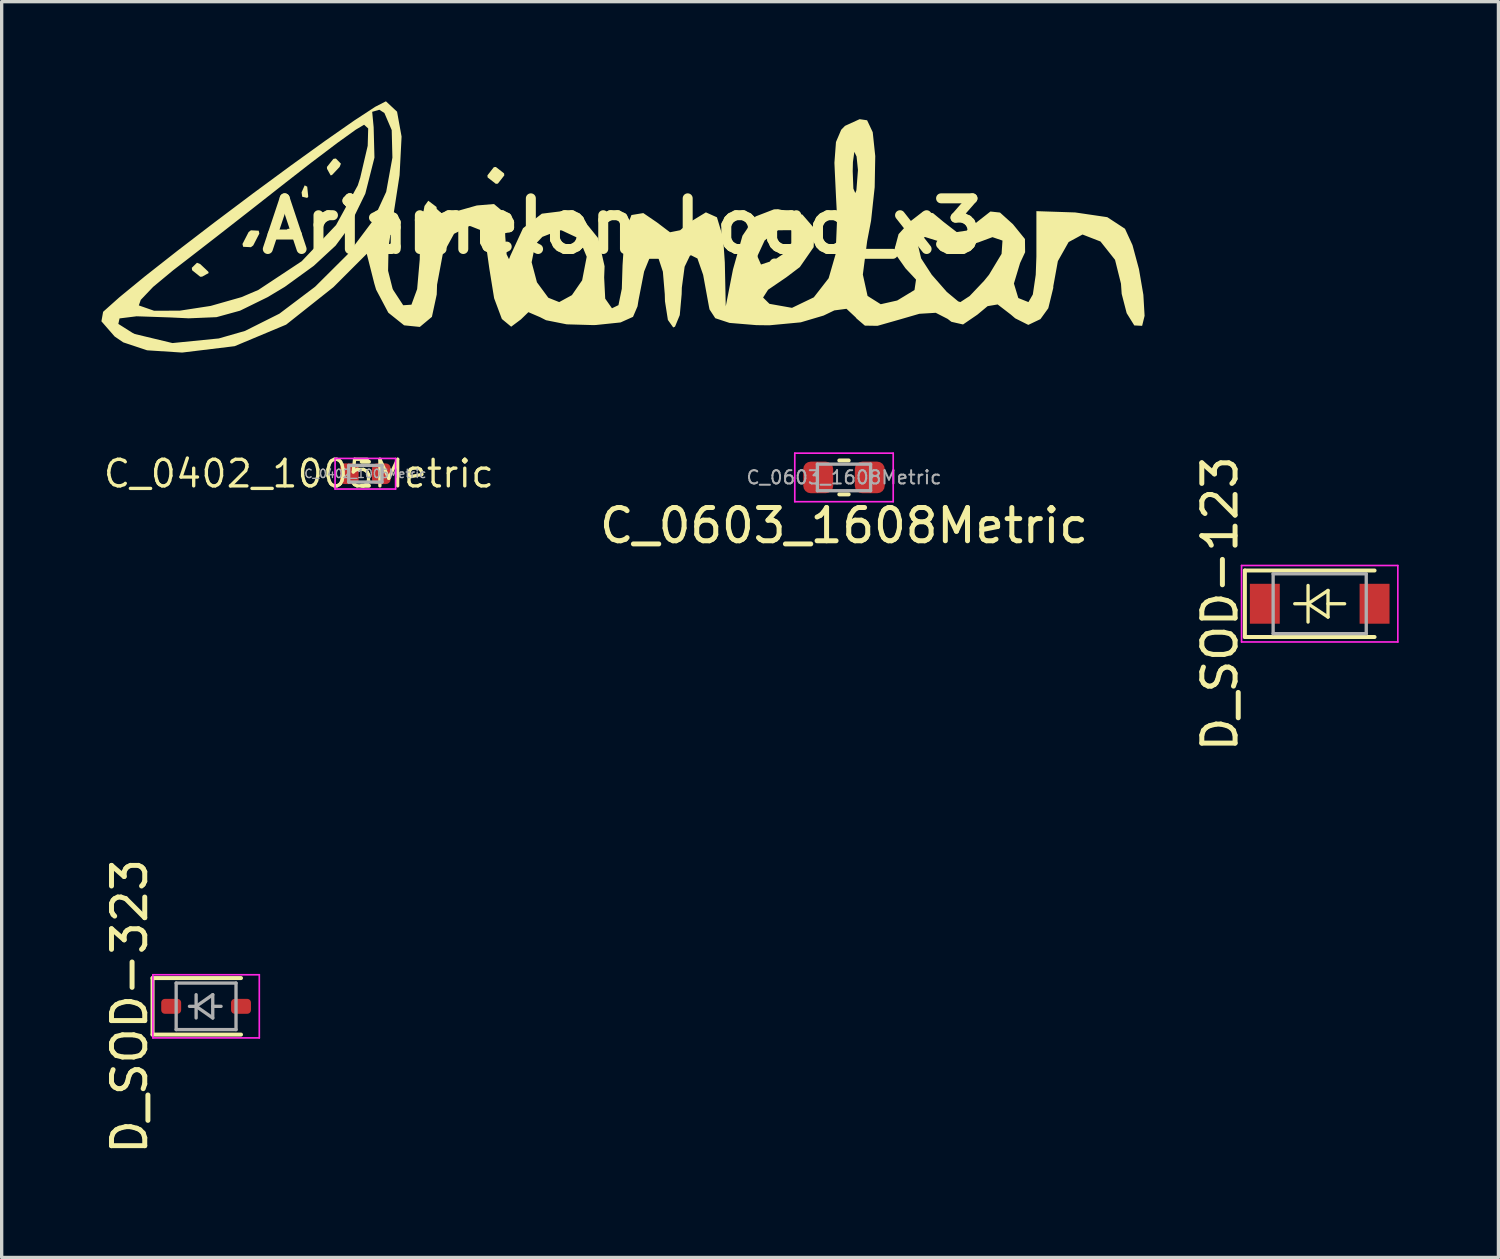
<source format=kicad_pcb>
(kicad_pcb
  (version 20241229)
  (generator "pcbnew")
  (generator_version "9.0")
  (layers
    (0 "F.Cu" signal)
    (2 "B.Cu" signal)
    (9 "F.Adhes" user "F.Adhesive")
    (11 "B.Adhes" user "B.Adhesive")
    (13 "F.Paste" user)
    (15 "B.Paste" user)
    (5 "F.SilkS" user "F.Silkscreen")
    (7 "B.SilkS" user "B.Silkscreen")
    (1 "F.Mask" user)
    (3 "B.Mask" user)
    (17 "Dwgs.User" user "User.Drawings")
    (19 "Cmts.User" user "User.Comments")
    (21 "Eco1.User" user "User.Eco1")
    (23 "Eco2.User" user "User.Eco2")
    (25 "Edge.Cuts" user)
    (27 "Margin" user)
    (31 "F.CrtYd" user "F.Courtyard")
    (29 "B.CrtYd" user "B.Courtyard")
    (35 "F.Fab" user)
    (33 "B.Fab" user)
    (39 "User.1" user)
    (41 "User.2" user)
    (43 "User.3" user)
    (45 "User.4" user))
  (footprint "C_0402_1005Metric"
    (layer "F.Cu")
    (at 7.937 11.197)
    (property "Reference" "C_0402_1005Metric" (at -2 0 0) (unlocked yes) (layer "F.SilkS") (effects (font (size 0.8 0.8) (thickness 0.1))))
    (attr smd)
    (fp_line (start -0.108 -0.36) (end 0.108 -0.36) (stroke (width 0.12) (type solid)) (layer "F.SilkS"))
    (fp_line (start -0.108 0.36) (end 0.108 0.36) (stroke (width 0.12) (type solid)) (layer "F.SilkS"))
    (fp_line (start -0.91 -0.46) (end 0.91 -0.46) (stroke (width 0.05) (type solid)) (layer "F.CrtYd"))
    (fp_line (start -0.91 0.46) (end -0.91 -0.46) (stroke (width 0.05) (type solid)) (layer "F.CrtYd"))
    (fp_line (start 0.91 -0.46) (end 0.91 0.46) (stroke (width 0.05) (type solid)) (layer "F.CrtYd"))
    (fp_line (start 0.91 0.46) (end -0.91 0.46) (stroke (width 0.05) (type solid)) (layer "F.CrtYd"))
    (fp_line (start -0.5 -0.25) (end 0.5 -0.25) (stroke (width 0.1) (type solid)) (layer "F.Fab"))
    (fp_line (start -0.5 0.25) (end -0.5 -0.25) (stroke (width 0.1) (type solid)) (layer "F.Fab"))
    (fp_line (start 0.5 -0.25) (end 0.5 0.25) (stroke (width 0.1) (type solid)) (layer "F.Fab"))
    (fp_line (start 0.5 0.25) (end -0.5 0.25) (stroke (width 0.1) (type solid)) (layer "F.Fab"))
    (fp_text user "${REFERENCE}" (at 0 0 0) (layer "F.Fab") (effects (font (size 0.25 0.25) (thickness 0.04))))
    (pad "1" smd roundrect (at -0.48 0) (size 0.56 0.62) (layers "F.Cu" "F.Mask" "F.Paste") (roundrect_rratio 0.25))
    (pad "2" smd roundrect (at 0.48 0) (size 0.56 0.62) (layers "F.Cu" "F.Mask" "F.Paste") (roundrect_rratio 0.25)))
  (footprint "D_SOD-123"
    (layer "F.Cu")
    (at 36.638 15.107)
    (property "Reference" "D_SOD-123" (at -3 0 90) (unlocked yes) (layer "F.SilkS") (effects (font (size 1 1) (thickness 0.15))))
    (attr smd)
    (fp_line (start -2.25 -1) (end -2.25 1) (stroke (width 0.12) (type solid)) (layer "F.SilkS"))
    (fp_line (start -2.25 -1) (end 1.65 -1) (stroke (width 0.12) (type solid)) (layer "F.SilkS"))
    (fp_line (start -2.25 1) (end 1.65 1) (stroke (width 0.12) (type solid)) (layer "F.SilkS"))
    (fp_line (start -0.75 0) (end -0.35 0) (stroke (width 0.1) (type solid)) (layer "F.SilkS"))
    (fp_line (start -0.35 0) (end 0.25 -0.4) (stroke (width 0.1) (type solid)) (layer "F.SilkS"))
    (fp_line (start -0.35 0.55) (end -0.35 -0.55) (stroke (width 0.1) (type solid)) (layer "F.SilkS"))
    (fp_line (start 0.25 -0.4) (end 0.25 0.4) (stroke (width 0.1) (type solid)) (layer "F.SilkS"))
    (fp_line (start 0.25 0) (end 0.75 0) (stroke (width 0.1) (type solid)) (layer "F.SilkS"))
    (fp_line (start 0.25 0.4) (end -0.35 0) (stroke (width 0.1) (type solid)) (layer "F.SilkS"))
    (fp_line (start -2.35 -1.15) (end -2.35 1.15) (stroke (width 0.05) (type solid)) (layer "F.CrtYd"))
    (fp_line (start -2.35 -1.15) (end 2.35 -1.15) (stroke (width 0.05) (type solid)) (layer "F.CrtYd"))
    (fp_line (start 2.35 -1.15) (end 2.35 1.15) (stroke (width 0.05) (type solid)) (layer "F.CrtYd"))
    (fp_line (start 2.35 1.15) (end -2.35 1.15) (stroke (width 0.05) (type solid)) (layer "F.CrtYd"))
    (fp_line (start -1.4 -0.9) (end 1.4 -0.9) (stroke (width 0.1) (type solid)) (layer "F.Fab"))
    (fp_line (start -1.4 0.9) (end -1.4 -0.9) (stroke (width 0.1) (type solid)) (layer "F.Fab"))
    (fp_line (start 1.4 -0.9) (end 1.4 0.9) (stroke (width 0.1) (type solid)) (layer "F.Fab"))
    (fp_line (start 1.4 0.9) (end -1.4 0.9) (stroke (width 0.1) (type solid)) (layer "F.Fab"))
    (pad "1" smd rect (at -1.65 0) (size 0.9 1.2) (layers "F.Cu" "F.Mask" "F.Paste"))
    (pad "2" smd rect (at 1.65 0) (size 0.9 1.2) (layers "F.Cu" "F.Mask" "F.Paste")))
  (footprint "D_SOD-323"
    (layer "F.Cu")
    (at 3.148 27.214)
    (property "Reference" "D_SOD-323" (at -2.3 0 90) (unlocked yes) (layer "F.SilkS") (effects (font (size 1 1) (thickness 0.15))))
    (attr smd)
    (fp_line (start -1.61 -0.85) (end -1.61 0.85) (stroke (width 0.12) (type solid)) (layer "F.SilkS"))
    (fp_line (start -1.61 -0.85) (end 1.05 -0.85) (stroke (width 0.12) (type solid)) (layer "F.SilkS"))
    (fp_line (start -1.61 0.85) (end 1.05 0.85) (stroke (width 0.12) (type solid)) (layer "F.SilkS"))
    (fp_line (start -1.6 -0.95) (end -1.6 0.95) (stroke (width 0.05) (type solid)) (layer "F.CrtYd"))
    (fp_line (start -1.6 -0.95) (end 1.6 -0.95) (stroke (width 0.05) (type solid)) (layer "F.CrtYd"))
    (fp_line (start -1.6 0.95) (end 1.6 0.95) (stroke (width 0.05) (type solid)) (layer "F.CrtYd"))
    (fp_line (start 1.6 -0.95) (end 1.6 0.95) (stroke (width 0.05) (type solid)) (layer "F.CrtYd"))
    (fp_line (start -0.9 -0.7) (end 0.9 -0.7) (stroke (width 0.1) (type solid)) (layer "F.Fab"))
    (fp_line (start -0.9 0.7) (end -0.9 -0.7) (stroke (width 0.1) (type solid)) (layer "F.Fab"))
    (fp_line (start -0.3 -0.35) (end -0.3 0.35) (stroke (width 0.1) (type solid)) (layer "F.Fab"))
    (fp_line (start -0.3 0) (end -0.5 0) (stroke (width 0.1) (type solid)) (layer "F.Fab"))
    (fp_line (start -0.3 0) (end 0.2 -0.35) (stroke (width 0.1) (type solid)) (layer "F.Fab"))
    (fp_line (start 0.2 -0.35) (end 0.2 0.35) (stroke (width 0.1) (type solid)) (layer "F.Fab"))
    (fp_line (start 0.2 0) (end 0.45 0) (stroke (width 0.1) (type solid)) (layer "F.Fab"))
    (fp_line (start 0.2 0.35) (end -0.3 0) (stroke (width 0.1) (type solid)) (layer "F.Fab"))
    (fp_line (start 0.9 -0.7) (end 0.9 0.7) (stroke (width 0.1) (type solid)) (layer "F.Fab"))
    (fp_line (start 0.9 0.7) (end -0.9 0.7) (stroke (width 0.1) (type solid)) (layer "F.Fab"))
    (pad "1" smd roundrect (at -1.05 0) (size 0.6 0.45) (layers "F.Cu" "F.Mask" "F.Paste") (roundrect_rratio 0.25))
    (pad "2" smd roundrect (at 1.05 0) (size 0.6 0.45) (layers "F.Cu" "F.Mask" "F.Paste") (roundrect_rratio 0.25)))
  (footprint "Ariamelon_Logo_x3"
    (layer "F.Cu")
    (at 15.672 3.749)
    (property "Reference" "Ariamelon_Logo_x3" (at 0 0 0) (layer "F.SilkS") (effects (font (size 1.524 1.524) (thickness 0.3))))
    (attr board_only exclude_from_pos_files exclude_from_bom)
    (fp_poly (pts (xy -9.737 0.085) (xy -9.772 0.236) (xy -9.906 0.254) (xy -10.115 0.161) (xy -10.075 0.085) (xy -9.774 0.054)) (stroke (width 0) (type solid)) (fill yes) (layer "F.SilkS"))
    (fp_poly (pts (xy -9.483 -1.185) (xy -9.452 -0.884) (xy -9.483 -0.847) (xy -9.634 -0.882) (xy -9.652 -1.016) (xy -9.559 -1.225)) (stroke (width 0) (type solid)) (fill yes) (layer "F.SilkS"))
    (fp_poly (pts (xy -12.7 1.143) (xy -12.458 1.371) (xy -12.446 1.412) (xy -12.643 1.521) (xy -12.7 1.524) (xy -12.944 1.329) (xy -12.954 1.255) (xy -12.798 1.103)) (stroke (width 0) (type solid)) (fill yes) (layer "F.SilkS"))
    (fp_poly (pts (xy -10.942 0.139) (xy -10.922 0.224) (xy -11.107 0.583) (xy -11.176 0.635) (xy -11.41 0.623) (xy -11.43 0.538) (xy -11.245 0.179) (xy -11.176 0.127)) (stroke (width 0) (type solid)) (fill yes) (layer "F.SilkS"))
    (fp_poly (pts (xy -8.469 -1.876) (xy -8.509 -1.778) (xy -8.737 -1.536) (xy -8.778 -1.524) (xy -8.887 -1.721) (xy -8.89 -1.778) (xy -8.695 -2.022) (xy -8.621 -2.032)) (stroke (width 0) (type solid)) (fill yes) (layer "F.SilkS"))
    (fp_poly (pts (xy -3.563 -1.585) (xy -3.556 -1.524) (xy -3.749 -1.277) (xy -3.81 -1.27) (xy -4.057 -1.463) (xy -4.064 -1.524) (xy -3.871 -1.771) (xy -3.81 -1.778)) (stroke (width 0) (type solid)) (fill yes) (layer "F.SilkS"))
    (fp_poly (pts (xy -7.112 -3.749) (xy -6.781 -3.44) (xy -6.645 -2.691) (xy -6.705 -1.531) (xy -6.873 -0.444) (xy -7.037 0.619) (xy -7.051 1.344) (xy -6.916 1.879) (xy -6.898 1.919) (xy -6.596 2.381) (xy -6.349 2.364) (xy -6.177 1.895) (xy -6.099 1.002) (xy -6.096 0.747) (xy -6.057 -0.059) (xy -5.956 -0.604) (xy -5.842 -0.762) (xy -5.595 -0.575) (xy -5.588 -0.516) (xy -5.402 -0.349) (xy -5.271 -0.368) (xy -4.381 -0.62) (xy -3.866 -0.663) (xy -3.62 -0.457) (xy -3.537 0.039) (xy -3.527 0.313) (xy -3.486 0.85) (xy -3.415 0.995) (xy -3.373 0.889) (xy -2.993 0.065) (xy -2.427 -0.373) (xy -1.787 -0.452) (xy -1.185 -0.197) (xy -0.731 0.365) (xy -0.54 1.208) (xy -0.553 1.546) (xy -0.521 2.182) (xy -0.318 2.472) (xy -0.123 2.378) (xy -0.022 1.885) (xy 0 1.179) (xy 0.065 0.186) (xy 0.268 -0.332) (xy 0.624 -0.391) (xy 1.032 -0.113) (xy 1.427 0.186) (xy 1.732 0.125) (xy 2.016 -0.113) (xy 2.507 -0.413) (xy 2.839 -0.264) (xy 3.025 0.352) (xy 3.076 1.094) (xy 3.104 2.413) (xy 3.321 1.306) (xy 3.427 0.929) (xy 4.064 0.929) (xy 4.164 1.156) (xy 4.539 1.033) (xy 4.558 1.024) (xy 5.021 0.709) (xy 5.197 0.524) (xy 5.162 0.201) (xy 5.073 0.123) (xy 4.676 0.126) (xy 4.274 0.432) (xy 4.066 0.88) (xy 4.064 0.929) (xy 3.427 0.929) (xy 3.606 0.291) (xy 3.999 -0.289) (xy 4.554 -0.503) (xy 4.679 -0.508) (xy 5.409 -0.345) (xy 5.77 0.072) (xy 5.748 0.634) (xy 5.332 1.233) (xy 4.925 1.541) (xy 4.378 1.914) (xy 4.227 2.149) (xy 4.415 2.335) (xy 4.422 2.339) (xy 5.096 2.459) (xy 5.752 2.143) (xy 6.198 1.569) (xy 6.408 0.842) (xy 6.453 -0.245) (xy 6.419 -0.896) (xy 6.383 -1.651) (xy 6.922 -1.651) (xy 6.942 -1.128) (xy 7 -0.993) (xy 7.033 -1.077) (xy 7.08 -1.687) (xy 7.038 -2.093) (xy 6.971 -2.233) (xy 6.929 -1.928) (xy 6.922 -1.651) (xy 6.383 -1.651) (xy 6.372 -1.903) (xy 6.419 -2.529) (xy 6.576 -2.897) (xy 6.69 -3.014) (xy 7.13 -3.215) (xy 7.355 -3.182) (xy 7.524 -2.823) (xy 7.6 -2.105) (xy 7.583 -1.17) (xy 7.474 -0.16) (xy 7.356 0.455) (xy 7.227 1.458) (xy 7.369 2.101) (xy 7.765 2.35) (xy 8.26 2.238) (xy 8.78 1.923) (xy 8.826 1.61) (xy 8.509 1.27) (xy 8.16 0.775) (xy 8.23 0.51) (xy 8.869 0.51) (xy 8.98 0.972) (xy 9.299 1.463) (xy 9.751 1.979) (xy 10.095 2.265) (xy 10.16 2.286) (xy 10.439 2.103) (xy 10.872 1.647) (xy 11.021 1.463) (xy 11.399 0.836) (xy 11.426 0.436) (xy 11.125 0.333) (xy 10.695 0.493) (xy 10.071 0.648) (xy 9.625 0.493) (xy 9.091 0.327) (xy 8.869 0.51) (xy 8.23 0.51) (xy 8.301 0.243) (xy 8.636 -0.127) (xy 9.035 -0.436) (xy 9.337 -0.389) (xy 9.652 -0.127) (xy 10.049 0.18) (xy 10.35 0.136) (xy 10.677 -0.135) (xy 11.064 -0.438) (xy 11.352 -0.407) (xy 11.741 -0.056) (xy 12.102 0.389) (xy 12.107 0.786) (xy 11.956 1.11) (xy 11.77 1.728) (xy 11.902 2.164) (xy 12.207 2.286) (xy 12.339 2.057) (xy 12.426 1.466) (xy 12.446 0.918) (xy 12.446 -0.449) (xy 13.613 -0.41) (xy 14.578 -0.268) (xy 15.11 0.08) (xy 15.336 0.572) (xy 15.531 1.295) (xy 15.663 2.066) (xy 15.7 2.7) (xy 15.626 3) (xy 15.39 2.988) (xy 15.161 2.619) (xy 15.011 2.038) (xy 14.99 1.733) (xy 14.811 1.015) (xy 14.374 0.464) (xy 13.834 0.254) (xy 13.415 0.481) (xy 13.092 1.054) (xy 12.954 1.811) (xy 12.954 1.857) (xy 12.804 2.471) (xy 12.568 2.798) (xy 12.203 2.972) (xy 11.808 2.774) (xy 11.679 2.663) (xy 11.281 2.357) (xy 10.979 2.408) (xy 10.673 2.663) (xy 10.24 2.959) (xy 9.89 2.879) (xy 9.776 2.791) (xy 9.419 2.608) (xy 8.926 2.638) (xy 8.344 2.807) (xy 7.667 3) (xy 7.288 2.994) (xy 7.035 2.778) (xy 7.011 2.745) (xy 6.735 2.488) (xy 6.369 2.536) (xy 6.047 2.691) (xy 5.359 2.895) (xy 4.417 2.984) (xy 4.026 2.979) (xy 3.217 2.912) (xy 2.789 2.771) (xy 2.616 2.507) (xy 2.597 2.412) (xy 2.424 1.467) (xy 2.252 0.974) (xy 2.058 0.877) (xy 2.025 0.894) (xy 1.867 1.223) (xy 1.783 1.853) (xy 1.778 2.047) (xy 1.721 2.678) (xy 1.578 3.025) (xy 1.524 3.048) (xy 1.364 2.823) (xy 1.276 2.261) (xy 1.27 2.047) (xy 1.213 1.372) (xy 1.071 0.941) (xy 1.023 0.894) (xy 0.824 0.935) (xy 0.649 1.366) (xy 0.478 2.242) (xy 0.451 2.413) (xy 0.315 2.73) (xy -0.059 2.898) (xy -0.8 2.975) (xy -0.874 2.978) (xy -1.678 2.955) (xy -2.301 2.831) (xy -2.477 2.741) (xy -2.831 2.589) (xy -3.057 2.808) (xy -3.349 3.026) (xy -3.629 2.794) (xy -3.862 2.17) (xy -4.005 1.285) (xy -4.033 1.087) (xy -2.734 1.087) (xy -2.574 1.691) (xy -2.232 2.155) (xy -1.905 2.286) (xy -1.523 2.077) (xy -1.215 1.631) (xy -1.078 0.922) (xy -1.304 0.376) (xy -1.83 0.13) (xy -1.905 0.127) (xy -2.411 0.324) (xy -2.626 0.552) (xy -2.734 1.087) (xy -4.033 1.087) (xy -4.115 0.504) (xy -4.286 0.115) (xy -4.574 0.001) (xy -4.611 0) (xy -5.068 0.233) (xy -5.409 0.858) (xy -5.578 1.761) (xy -5.588 2.057) (xy -5.733 2.73) (xy -6.096 3.033) (xy -6.569 2.985) (xy -7.044 2.605) (xy -7.411 1.912) (xy -7.466 1.726) (xy -7.692 0.834) (xy -8.694 1.836) (xy -10.116 2.964) (xy -11.665 3.612) (xy -13.243 3.804) (xy -14.298 3.736) (xy -15.016 3.497) (xy -15.275 3.32) (xy -15.604 2.942) (xy -15.163 2.942) (xy -14.733 3.214) (xy -14.668 3.246) (xy -13.535 3.518) (xy -12.142 3.379) (xy -11.354 3.153) (xy -10.319 2.634) (xy -9.247 1.825) (xy -8.268 0.851) (xy -7.507 -0.162) (xy -7.108 -1.03) (xy -6.921 -2.059) (xy -6.942 -2.887) (xy -7.162 -3.401) (xy -7.314 -3.498) (xy -7.529 -3.436) (xy -7.486 -2.983) (xy -7.485 -2.98) (xy -7.461 -2.059) (xy -7.735 -0.977) (xy -8.245 0.069) (xy -8.629 0.588) (xy -9.286 1.196) (xy -10.158 1.828) (xy -10.673 2.137) (xy -11.502 2.544) (xy -12.211 2.739) (xy -13.046 2.774) (xy -13.612 2.747) (xy -14.613 2.713) (xy -15.127 2.777) (xy -15.163 2.942) (xy -15.604 2.942) (xy -15.672 2.864) (xy -15.621 2.578) (xy -15.406 2.386) (xy -14.547 2.386) (xy -14.089 2.546) (xy -13.316 2.544) (xy -12.387 2.401) (xy -11.46 2.137) (xy -10.954 1.921) (xy -9.649 1.058) (xy -8.616 -0.03) (xy -7.962 -1.224) (xy -7.889 -1.454) (xy -7.664 -2.415) (xy -7.649 -2.935) (xy -7.772 -3.048) (xy -8.021 -2.9) (xy -8.579 -2.499) (xy -9.359 -1.909) (xy -10.121 -1.316) (xy -11.17 -0.492) (xy -12.214 0.323) (xy -13.103 1.012) (xy -13.51 1.325) (xy -14.118 1.83) (xy -14.489 2.22) (xy -14.547 2.386) (xy -15.406 2.386) (xy -15.126 2.136) (xy -14.355 1.504) (xy -13.38 0.738) (xy -12.276 -0.108) (xy -11.119 -0.978) (xy -9.981 -1.816) (xy -8.939 -2.567) (xy -8.065 -3.177) (xy -7.435 -3.589) (xy -7.123 -3.749)) (stroke (width 0) (type solid)) (fill yes) (layer "F.SilkS")))
  (footprint "C_0603_1608Metric"
    (layer "F.Cu")
    (at 22.332 11.308)
    (property "Reference" "C_0603_1608Metric" (at 0 1.45 0) (unlocked yes) (layer "F.SilkS") (effects (font (size 1 1) (thickness 0.15))))
    (attr smd)
    (fp_line (start -0.141 -0.51) (end 0.141 -0.51) (stroke (width 0.12) (type solid)) (layer "F.SilkS"))
    (fp_line (start -0.141 0.51) (end 0.141 0.51) (stroke (width 0.12) (type solid)) (layer "F.SilkS"))
    (fp_line (start -1.48 -0.73) (end 1.48 -0.73) (stroke (width 0.05) (type solid)) (layer "F.CrtYd"))
    (fp_line (start -1.48 0.73) (end -1.48 -0.73) (stroke (width 0.05) (type solid)) (layer "F.CrtYd"))
    (fp_line (start 1.48 -0.73) (end 1.48 0.73) (stroke (width 0.05) (type solid)) (layer "F.CrtYd"))
    (fp_line (start 1.48 0.73) (end -1.48 0.73) (stroke (width 0.05) (type solid)) (layer "F.CrtYd"))
    (fp_line (start -0.8 -0.4) (end 0.8 -0.4) (stroke (width 0.1) (type solid)) (layer "F.Fab"))
    (fp_line (start -0.8 0.4) (end -0.8 -0.4) (stroke (width 0.1) (type solid)) (layer "F.Fab"))
    (fp_line (start 0.8 -0.4) (end 0.8 0.4) (stroke (width 0.1) (type solid)) (layer "F.Fab"))
    (fp_line (start 0.8 0.4) (end -0.8 0.4) (stroke (width 0.1) (type solid)) (layer "F.Fab"))
    (fp_text user "${REFERENCE}" (at 0 0 0) (layer "F.Fab") (effects (font (size 0.4 0.4) (thickness 0.06))))
    (pad "1" smd roundrect (at -0.775 0) (size 0.9 0.95) (layers "F.Cu" "F.Mask" "F.Paste") (roundrect_rratio 0.25))
    (pad "2" smd roundrect (at 0.775 0) (size 0.9 0.95) (layers "F.Cu" "F.Mask" "F.Paste") (roundrect_rratio 0.25)))
  (gr_rect
    (start -3 -3)
    (end 42.013 34.767)
    (stroke (width 0.1) (type default))
    (fill no)
    (layer "Edge.Cuts")))
</source>
